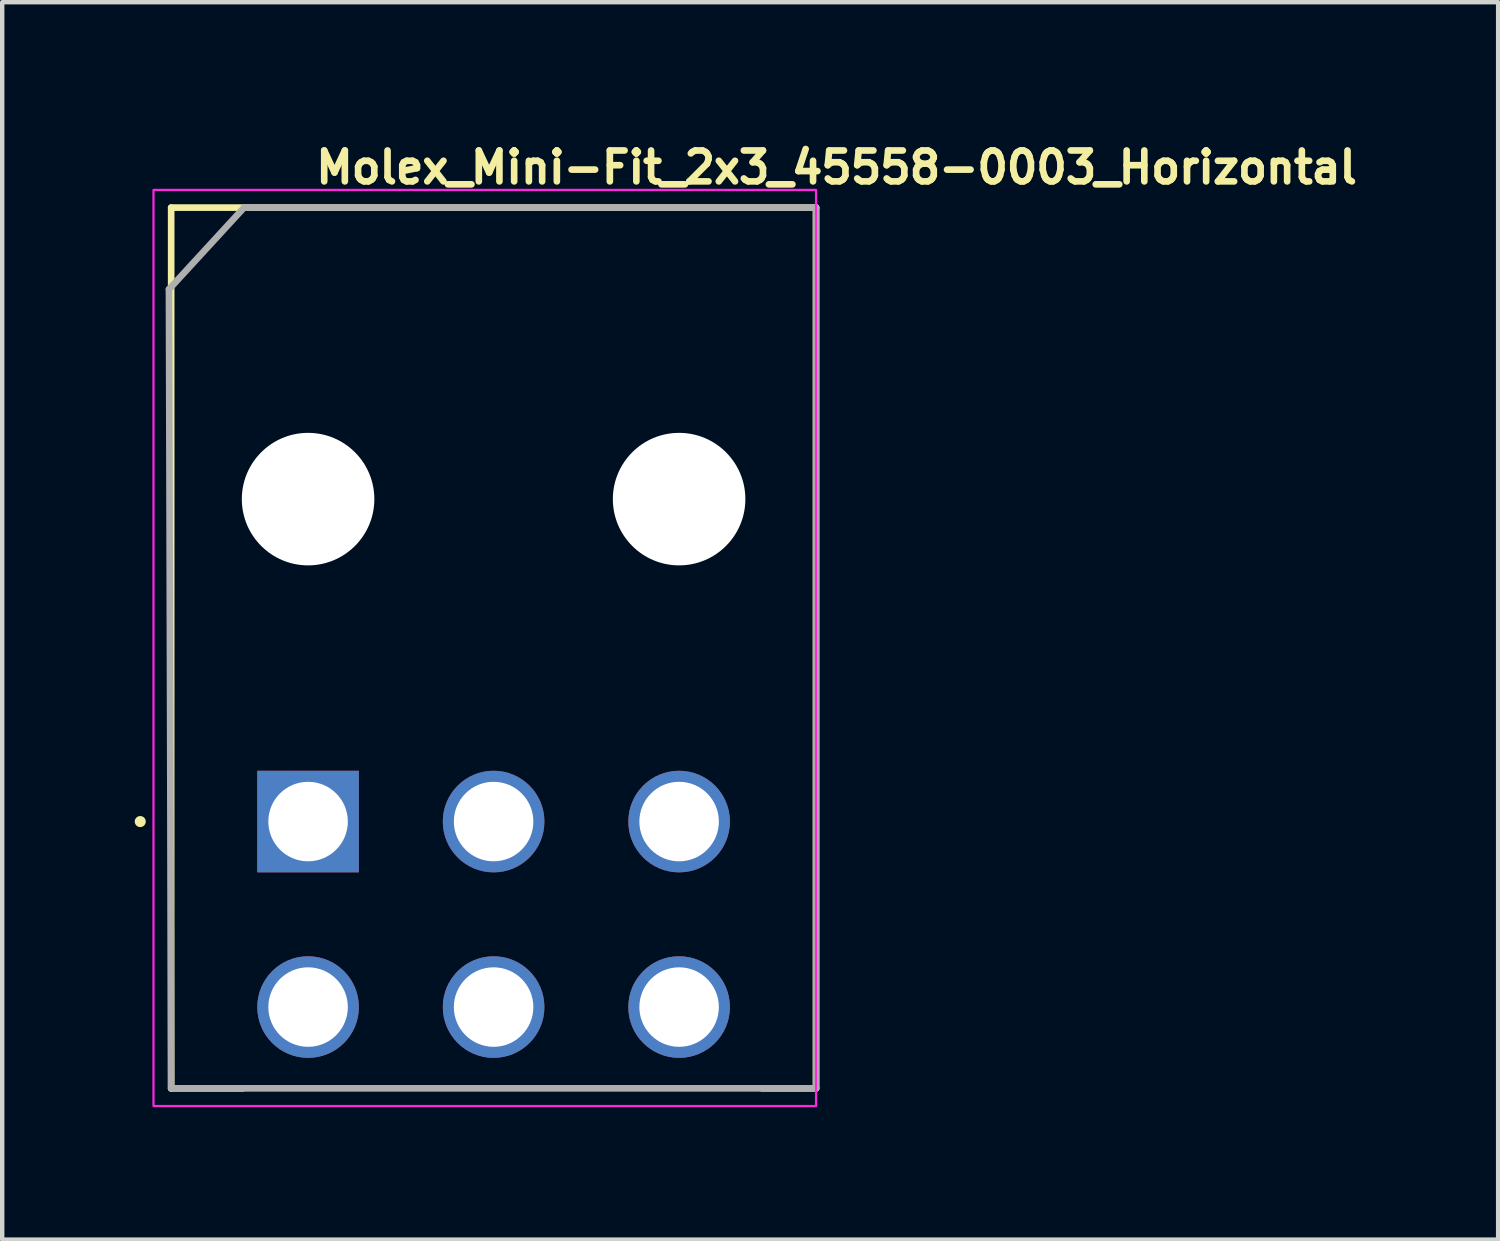
<source format=kicad_pcb>
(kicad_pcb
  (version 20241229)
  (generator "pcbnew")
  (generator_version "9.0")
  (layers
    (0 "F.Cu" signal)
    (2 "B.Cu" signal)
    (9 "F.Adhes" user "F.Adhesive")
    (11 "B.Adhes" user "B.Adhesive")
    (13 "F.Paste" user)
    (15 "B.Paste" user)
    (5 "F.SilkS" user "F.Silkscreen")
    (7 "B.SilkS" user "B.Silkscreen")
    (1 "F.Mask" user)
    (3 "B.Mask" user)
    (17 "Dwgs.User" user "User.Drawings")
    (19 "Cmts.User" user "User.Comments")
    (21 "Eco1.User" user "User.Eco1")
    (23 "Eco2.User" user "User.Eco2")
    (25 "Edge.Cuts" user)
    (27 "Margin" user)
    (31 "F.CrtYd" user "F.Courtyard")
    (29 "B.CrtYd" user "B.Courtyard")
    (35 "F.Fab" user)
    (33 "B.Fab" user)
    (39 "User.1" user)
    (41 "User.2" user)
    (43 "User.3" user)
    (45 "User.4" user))
  (footprint "Molex_Mini-Fit_2x3_45558-0003_Horizontal"
    (layer "F.Cu")
    (at 3.925 15.55)
    (property "Reference" "Molex_Mini-Fit_2x3_45558-0003_Horizontal" (at 0.1 -14.4 0) (layer "F.SilkS") (effects (font (size 0.7 0.7) (thickness 0.15)) (justify left bottom)))
    (attr through_hole)
    (fp_circle (center 0 -7.299) (end -0.788 -7.299) (stroke (width 1.576) (type solid)) (fill no) (layer "F.Mask"))
    (fp_circle (center 8.4 -7.299) (end 7.612 -7.299) (stroke (width 1.576) (type solid)) (fill no) (layer "F.Mask"))
    (fp_circle (center 0 -7.299) (end -0.788 -7.299) (stroke (width 1.576) (type solid)) (fill no) (layer "B.Mask"))
    (fp_circle (center 8.4 -7.299) (end 7.612 -7.299) (stroke (width 1.576) (type solid)) (fill no) (layer "B.Mask"))
    (fp_line (start -3.1 -13.9) (end 11.5 -13.9) (stroke (width 0.15) (type solid)) (layer "F.SilkS"))
    (fp_line (start -3.1 6.04) (end -3.1 -13.9) (stroke (width 0.15) (type solid)) (layer "F.SilkS"))
    (fp_line (start -3.1 6.04) (end -1.475 6.04) (stroke (width 0.15) (type solid)) (layer "F.SilkS"))
    (fp_line (start 11.5 -13.9) (end 11.5 6.04) (stroke (width 0.15) (type solid)) (layer "F.SilkS"))
    (fp_line (start 11.5 6.04) (end 10.276 6.04) (stroke (width 0.15) (type solid)) (layer "F.SilkS"))
    (fp_circle (center -3.8 0) (end -3.75 0) (stroke (width 0.15) (type solid)) (fill yes) (layer "F.SilkS"))
    (fp_rect (start -3.5 -14.3) (end 11.5 6.44) (stroke (width 0.05) (type solid)) (fill no) (layer "F.CrtYd"))
    (fp_line (start -3.15 -12.05) (end -1.45 -13.9) (stroke (width 0.15) (type solid)) (layer "F.Fab"))
    (fp_line (start -3.1 6.04) (end -3.15 -12.05) (stroke (width 0.15) (type solid)) (layer "F.Fab"))
    (fp_line (start -1.45 -13.9) (end 11.5 -13.9) (stroke (width 0.15) (type solid)) (layer "F.Fab"))
    (fp_line (start 11.5 -13.9) (end 11.5 6.04) (stroke (width 0.15) (type solid)) (layer "F.Fab"))
    (fp_line (start 11.5 6.04) (end -3.1 6.04) (stroke (width 0.15) (type solid)) (layer "F.Fab"))
    (fp_rect (start -3.1 -13.9) (end 11.1 6.035) (stroke (width 0.1) (type solid)) (fill no) (layer "User.5"))
    (fp_line (start -3.1 -13.9) (end -3.1 -1.1) (stroke (width 0.02) (type solid)) (layer "User.9"))
    (fp_line (start -2.982 -13.9) (end -3.1 -13.9) (stroke (width 0.02) (type solid)) (layer "User.9"))
    (fp_line (start -2.982 -13.9) (end -2.982 -13.9) (stroke (width 0.02) (type solid)) (layer "User.9"))
    (fp_line (start -2.982 -1.1) (end -3.1 -1.1) (stroke (width 0.02) (type solid)) (layer "User.9"))
    (fp_line (start -2.982 -1.1) (end -2.982 -1.1) (stroke (width 0.02) (type solid)) (layer "User.9"))
    (fp_line (start -2.7 -13.9) (end -2.982 -13.9) (stroke (width 0.02) (type solid)) (layer "User.9"))
    (fp_line (start -2.7 -13.9) (end -2.612 -13.9) (stroke (width 0.02) (type solid)) (layer "User.9"))
    (fp_line (start -2.7 -1.1) (end -2.982 -1.1) (stroke (width 0.02) (type solid)) (layer "User.9"))
    (fp_line (start -2.7 -1.1) (end -2.7 -13.9) (stroke (width 0.02) (type solid)) (layer "User.9"))
    (fp_line (start -2.612 -13.9) (end -2.612 -13.9) (stroke (width 0.02) (type solid)) (layer "User.9"))
    (fp_line (start -2.612 -13.9) (end -2.4 -13.9) (stroke (width 0.02) (type solid)) (layer "User.9"))
    (fp_line (start -2.612 -1.1) (end -2.7 -1.1) (stroke (width 0.02) (type solid)) (layer "User.9"))
    (fp_line (start -2.612 -1.1) (end -2.612 -1.1) (stroke (width 0.02) (type solid)) (layer "User.9"))
    (fp_line (start -2.4 -1.1) (end -2.612 -1.1) (stroke (width 0.02) (type solid)) (layer "User.9"))
    (fp_line (start -0.535 -1.1) (end -0.535 4.465) (stroke (width 0.02) (type solid)) (layer "User.9"))
    (fp_line (start -0.535 4.465) (end -0.535 4.983) (stroke (width 0.02) (type solid)) (layer "User.9"))
    (fp_line (start -0.535 4.983) (end -0.535 4.983) (stroke (width 0.02) (type solid)) (layer "User.9"))
    (fp_line (start -0.535 4.983) (end -0.535 5.146) (stroke (width 0.02) (type solid)) (layer "User.9"))
    (fp_line (start -0.535 5.146) (end -0.535 5.146) (stroke (width 0.02) (type solid)) (layer "User.9"))
    (fp_line (start -0.535 5.146) (end -0.535 5.3) (stroke (width 0.02) (type solid)) (layer "User.9"))
    (fp_line (start -0.535 5.3) (end -0.535 5.3) (stroke (width 0.02) (type solid)) (layer "User.9"))
    (fp_line (start -0.535 5.3) (end -0.535 5.443) (stroke (width 0.02) (type solid)) (layer "User.9"))
    (fp_line (start -0.535 5.443) (end -0.535 5.443) (stroke (width 0.02) (type solid)) (layer "User.9"))
    (fp_line (start -0.535 5.443) (end -0.535 5.575) (stroke (width 0.02) (type solid)) (layer "User.9"))
    (fp_line (start -0.535 5.575) (end -0.535 5.575) (stroke (width 0.02) (type solid)) (layer "User.9"))
    (fp_line (start -0.535 5.575) (end -0.535 5.692) (stroke (width 0.02) (type solid)) (layer "User.9"))
    (fp_line (start -0.535 5.692) (end -0.535 5.692) (stroke (width 0.02) (type solid)) (layer "User.9"))
    (fp_line (start -0.535 5.692) (end -0.535 5.794) (stroke (width 0.02) (type solid)) (layer "User.9"))
    (fp_line (start -0.535 5.794) (end -0.535 5.794) (stroke (width 0.02) (type solid)) (layer "User.9"))
    (fp_line (start -0.535 5.794) (end -0.535 5.879) (stroke (width 0.02) (type solid)) (layer "User.9"))
    (fp_line (start -0.535 5.879) (end -0.535 5.879) (stroke (width 0.02) (type solid)) (layer "User.9"))
    (fp_line (start -0.535 5.879) (end -0.535 5.946) (stroke (width 0.02) (type solid)) (layer "User.9"))
    (fp_line (start -0.535 5.946) (end -0.535 5.946) (stroke (width 0.02) (type solid)) (layer "User.9"))
    (fp_line (start -0.535 5.946) (end -0.535 5.995) (stroke (width 0.02) (type solid)) (layer "User.9"))
    (fp_line (start -0.535 5.995) (end -0.535 5.995) (stroke (width 0.02) (type solid)) (layer "User.9"))
    (fp_line (start -0.535 5.995) (end -0.535 6.025) (stroke (width 0.02) (type solid)) (layer "User.9"))
    (fp_line (start -0.535 6.025) (end -0.535 6.025) (stroke (width 0.02) (type solid)) (layer "User.9"))
    (fp_line (start -0.535 6.025) (end -0.535 6.035) (stroke (width 0.02) (type solid)) (layer "User.9"))
    (fp_line (start -0.535 6.035) (end 0.535 6.035) (stroke (width 0.02) (type solid)) (layer "User.9"))
    (fp_line (start 0.535 -1.1) (end 0.535 4.465) (stroke (width 0.02) (type solid)) (layer "User.9"))
    (fp_line (start 0.535 4.465) (end 0.535 4.983) (stroke (width 0.02) (type solid)) (layer "User.9"))
    (fp_line (start 0.535 4.983) (end 0.535 4.983) (stroke (width 0.02) (type solid)) (layer "User.9"))
    (fp_line (start 0.535 4.983) (end 0.535 5.146) (stroke (width 0.02) (type solid)) (layer "User.9"))
    (fp_line (start 0.535 5.146) (end 0.535 5.146) (stroke (width 0.02) (type solid)) (layer "User.9"))
    (fp_line (start 0.535 5.146) (end 0.535 5.3) (stroke (width 0.02) (type solid)) (layer "User.9"))
    (fp_line (start 0.535 5.3) (end 0.535 5.3) (stroke (width 0.02) (type solid)) (layer "User.9"))
    (fp_line (start 0.535 5.3) (end 0.535 5.443) (stroke (width 0.02) (type solid)) (layer "User.9"))
    (fp_line (start 0.535 5.443) (end 0.535 5.443) (stroke (width 0.02) (type solid)) (layer "User.9"))
    (fp_line (start 0.535 5.443) (end 0.535 5.575) (stroke (width 0.02) (type solid)) (layer "User.9"))
    (fp_line (start 0.535 5.575) (end 0.535 5.575) (stroke (width 0.02) (type solid)) (layer "User.9"))
    (fp_line (start 0.535 5.575) (end 0.535 5.692) (stroke (width 0.02) (type solid)) (layer "User.9"))
    (fp_line (start 0.535 5.692) (end 0.535 5.692) (stroke (width 0.02) (type solid)) (layer "User.9"))
    (fp_line (start 0.535 5.692) (end 0.535 5.794) (stroke (width 0.02) (type solid)) (layer "User.9"))
    (fp_line (start 0.535 5.794) (end 0.535 5.794) (stroke (width 0.02) (type solid)) (layer "User.9"))
    (fp_line (start 0.535 5.794) (end 0.535 5.879) (stroke (width 0.02) (type solid)) (layer "User.9"))
    (fp_line (start 0.535 5.879) (end 0.535 5.879) (stroke (width 0.02) (type solid)) (layer "User.9"))
    (fp_line (start 0.535 5.879) (end 0.535 5.946) (stroke (width 0.02) (type solid)) (layer "User.9"))
    (fp_line (start 0.535 5.946) (end 0.535 5.946) (stroke (width 0.02) (type solid)) (layer "User.9"))
    (fp_line (start 0.535 5.946) (end 0.535 5.995) (stroke (width 0.02) (type solid)) (layer "User.9"))
    (fp_line (start 0.535 5.995) (end 0.535 5.995) (stroke (width 0.02) (type solid)) (layer "User.9"))
    (fp_line (start 0.535 5.995) (end 0.535 6.025) (stroke (width 0.02) (type solid)) (layer "User.9"))
    (fp_line (start 0.535 6.025) (end 0.535 6.025) (stroke (width 0.02) (type solid)) (layer "User.9"))
    (fp_line (start 0.535 6.025) (end 0.535 6.035) (stroke (width 0.02) (type solid)) (layer "User.9"))
    (fp_line (start 2.5 -13.9) (end -2.4 -13.9) (stroke (width 0.02) (type solid)) (layer "User.9"))
    (fp_line (start 2.5 -11.55) (end 2.5 -13.9) (stroke (width 0.02) (type solid)) (layer "User.9"))
    (fp_line (start 2.5 -10.727) (end 2.5 -11.55) (stroke (width 0.02) (type solid)) (layer "User.9"))
    (fp_line (start 3.665 -1.1) (end 3.665 4.465) (stroke (width 0.02) (type solid)) (layer "User.9"))
    (fp_line (start 3.665 4.465) (end 3.665 4.983) (stroke (width 0.02) (type solid)) (layer "User.9"))
    (fp_line (start 3.665 4.983) (end 3.665 4.983) (stroke (width 0.02) (type solid)) (layer "User.9"))
    (fp_line (start 3.665 4.983) (end 3.665 5.146) (stroke (width 0.02) (type solid)) (layer "User.9"))
    (fp_line (start 3.665 5.146) (end 3.665 5.146) (stroke (width 0.02) (type solid)) (layer "User.9"))
    (fp_line (start 3.665 5.146) (end 3.665 5.3) (stroke (width 0.02) (type solid)) (layer "User.9"))
    (fp_line (start 3.665 5.3) (end 3.665 5.3) (stroke (width 0.02) (type solid)) (layer "User.9"))
    (fp_line (start 3.665 5.3) (end 3.665 5.443) (stroke (width 0.02) (type solid)) (layer "User.9"))
    (fp_line (start 3.665 5.443) (end 3.665 5.443) (stroke (width 0.02) (type solid)) (layer "User.9"))
    (fp_line (start 3.665 5.443) (end 3.665 5.575) (stroke (width 0.02) (type solid)) (layer "User.9"))
    (fp_line (start 3.665 5.575) (end 3.665 5.575) (stroke (width 0.02) (type solid)) (layer "User.9"))
    (fp_line (start 3.665 5.575) (end 3.665 5.692) (stroke (width 0.02) (type solid)) (layer "User.9"))
    (fp_line (start 3.665 5.692) (end 3.665 5.692) (stroke (width 0.02) (type solid)) (layer "User.9"))
    (fp_line (start 3.665 5.692) (end 3.665 5.794) (stroke (width 0.02) (type solid)) (layer "User.9"))
    (fp_line (start 3.665 5.794) (end 3.665 5.794) (stroke (width 0.02) (type solid)) (layer "User.9"))
    (fp_line (start 3.665 5.794) (end 3.665 5.879) (stroke (width 0.02) (type solid)) (layer "User.9"))
    (fp_line (start 3.665 5.879) (end 3.665 5.879) (stroke (width 0.02) (type solid)) (layer "User.9"))
    (fp_line (start 3.665 5.879) (end 3.665 5.946) (stroke (width 0.02) (type solid)) (layer "User.9"))
    (fp_line (start 3.665 5.946) (end 3.665 5.946) (stroke (width 0.02) (type solid)) (layer "User.9"))
    (fp_line (start 3.665 5.946) (end 3.665 5.995) (stroke (width 0.02) (type solid)) (layer "User.9"))
    (fp_line (start 3.665 5.995) (end 3.665 5.995) (stroke (width 0.02) (type solid)) (layer "User.9"))
    (fp_line (start 3.665 5.995) (end 3.665 6.025) (stroke (width 0.02) (type solid)) (layer "User.9"))
    (fp_line (start 3.665 6.025) (end 3.665 6.025) (stroke (width 0.02) (type solid)) (layer "User.9"))
    (fp_line (start 3.665 6.025) (end 3.665 6.035) (stroke (width 0.02) (type solid)) (layer "User.9"))
    (fp_line (start 3.665 6.035) (end 4.735 6.035) (stroke (width 0.02) (type solid)) (layer "User.9"))
    (fp_line (start 4.735 -1.1) (end 4.735 4.465) (stroke (width 0.02) (type solid)) (layer "User.9"))
    (fp_line (start 4.735 4.465) (end 4.735 4.983) (stroke (width 0.02) (type solid)) (layer "User.9"))
    (fp_line (start 4.735 4.983) (end 4.735 4.983) (stroke (width 0.02) (type solid)) (layer "User.9"))
    (fp_line (start 4.735 4.983) (end 4.735 5.146) (stroke (width 0.02) (type solid)) (layer "User.9"))
    (fp_line (start 4.735 5.146) (end 4.735 5.146) (stroke (width 0.02) (type solid)) (layer "User.9"))
    (fp_line (start 4.735 5.146) (end 4.735 5.3) (stroke (width 0.02) (type solid)) (layer "User.9"))
    (fp_line (start 4.735 5.3) (end 4.735 5.3) (stroke (width 0.02) (type solid)) (layer "User.9"))
    (fp_line (start 4.735 5.3) (end 4.735 5.443) (stroke (width 0.02) (type solid)) (layer "User.9"))
    (fp_line (start 4.735 5.443) (end 4.735 5.443) (stroke (width 0.02) (type solid)) (layer "User.9"))
    (fp_line (start 4.735 5.443) (end 4.735 5.575) (stroke (width 0.02) (type solid)) (layer "User.9"))
    (fp_line (start 4.735 5.575) (end 4.735 5.575) (stroke (width 0.02) (type solid)) (layer "User.9"))
    (fp_line (start 4.735 5.575) (end 4.735 5.692) (stroke (width 0.02) (type solid)) (layer "User.9"))
    (fp_line (start 4.735 5.692) (end 4.735 5.692) (stroke (width 0.02) (type solid)) (layer "User.9"))
    (fp_line (start 4.735 5.692) (end 4.735 5.794) (stroke (width 0.02) (type solid)) (layer "User.9"))
    (fp_line (start 4.735 5.794) (end 4.735 5.794) (stroke (width 0.02) (type solid)) (layer "User.9"))
    (fp_line (start 4.735 5.794) (end 4.735 5.879) (stroke (width 0.02) (type solid)) (layer "User.9"))
    (fp_line (start 4.735 5.879) (end 4.735 5.879) (stroke (width 0.02) (type solid)) (layer "User.9"))
    (fp_line (start 4.735 5.879) (end 4.735 5.946) (stroke (width 0.02) (type solid)) (layer "User.9"))
    (fp_line (start 4.735 5.946) (end 4.735 5.946) (stroke (width 0.02) (type solid)) (layer "User.9"))
    (fp_line (start 4.735 5.946) (end 4.735 5.995) (stroke (width 0.02) (type solid)) (layer "User.9"))
    (fp_line (start 4.735 5.995) (end 4.735 5.995) (stroke (width 0.02) (type solid)) (layer "User.9"))
    (fp_line (start 4.735 5.995) (end 4.735 6.025) (stroke (width 0.02) (type solid)) (layer "User.9"))
    (fp_line (start 4.735 6.025) (end 4.735 6.025) (stroke (width 0.02) (type solid)) (layer "User.9"))
    (fp_line (start 4.735 6.025) (end 4.735 6.035) (stroke (width 0.02) (type solid)) (layer "User.9"))
    (fp_line (start 5.9 -13.9) (end 2.5 -13.9) (stroke (width 0.02) (type solid)) (layer "User.9"))
    (fp_line (start 5.9 -11.55) (end 2.5 -11.55) (stroke (width 0.02) (type solid)) (layer "User.9"))
    (fp_line (start 5.9 -11.55) (end 5.9 -13.9) (stroke (width 0.02) (type solid)) (layer "User.9"))
    (fp_line (start 5.9 -10.727) (end 2.5 -10.727) (stroke (width 0.02) (type solid)) (layer "User.9"))
    (fp_line (start 5.9 -10.727) (end 5.9 -11.55) (stroke (width 0.02) (type solid)) (layer "User.9"))
    (fp_line (start 7.865 -1.1) (end 7.865 4.465) (stroke (width 0.02) (type solid)) (layer "User.9"))
    (fp_line (start 7.865 4.465) (end 7.865 4.983) (stroke (width 0.02) (type solid)) (layer "User.9"))
    (fp_line (start 7.865 4.983) (end 7.865 4.983) (stroke (width 0.02) (type solid)) (layer "User.9"))
    (fp_line (start 7.865 4.983) (end 7.865 5.146) (stroke (width 0.02) (type solid)) (layer "User.9"))
    (fp_line (start 7.865 5.146) (end 7.865 5.146) (stroke (width 0.02) (type solid)) (layer "User.9"))
    (fp_line (start 7.865 5.146) (end 7.865 5.3) (stroke (width 0.02) (type solid)) (layer "User.9"))
    (fp_line (start 7.865 5.3) (end 7.865 5.3) (stroke (width 0.02) (type solid)) (layer "User.9"))
    (fp_line (start 7.865 5.3) (end 7.865 5.443) (stroke (width 0.02) (type solid)) (layer "User.9"))
    (fp_line (start 7.865 5.443) (end 7.865 5.443) (stroke (width 0.02) (type solid)) (layer "User.9"))
    (fp_line (start 7.865 5.443) (end 7.865 5.575) (stroke (width 0.02) (type solid)) (layer "User.9"))
    (fp_line (start 7.865 5.575) (end 7.865 5.575) (stroke (width 0.02) (type solid)) (layer "User.9"))
    (fp_line (start 7.865 5.575) (end 7.865 5.692) (stroke (width 0.02) (type solid)) (layer "User.9"))
    (fp_line (start 7.865 5.692) (end 7.865 5.692) (stroke (width 0.02) (type solid)) (layer "User.9"))
    (fp_line (start 7.865 5.692) (end 7.865 5.794) (stroke (width 0.02) (type solid)) (layer "User.9"))
    (fp_line (start 7.865 5.794) (end 7.865 5.794) (stroke (width 0.02) (type solid)) (layer "User.9"))
    (fp_line (start 7.865 5.794) (end 7.865 5.879) (stroke (width 0.02) (type solid)) (layer "User.9"))
    (fp_line (start 7.865 5.879) (end 7.865 5.879) (stroke (width 0.02) (type solid)) (layer "User.9"))
    (fp_line (start 7.865 5.879) (end 7.865 5.946) (stroke (width 0.02) (type solid)) (layer "User.9"))
    (fp_line (start 7.865 5.946) (end 7.865 5.946) (stroke (width 0.02) (type solid)) (layer "User.9"))
    (fp_line (start 7.865 5.946) (end 7.865 5.995) (stroke (width 0.02) (type solid)) (layer "User.9"))
    (fp_line (start 7.865 5.995) (end 7.865 5.995) (stroke (width 0.02) (type solid)) (layer "User.9"))
    (fp_line (start 7.865 5.995) (end 7.865 6.025) (stroke (width 0.02) (type solid)) (layer "User.9"))
    (fp_line (start 7.865 6.025) (end 7.865 6.025) (stroke (width 0.02) (type solid)) (layer "User.9"))
    (fp_line (start 7.865 6.025) (end 7.865 6.035) (stroke (width 0.02) (type solid)) (layer "User.9"))
    (fp_line (start 7.865 6.035) (end 8.935 6.035) (stroke (width 0.02) (type solid)) (layer "User.9"))
    (fp_line (start 8.935 -1.1) (end 8.935 4.465) (stroke (width 0.02) (type solid)) (layer "User.9"))
    (fp_line (start 8.935 4.465) (end 8.935 4.983) (stroke (width 0.02) (type solid)) (layer "User.9"))
    (fp_line (start 8.935 4.983) (end 8.935 4.983) (stroke (width 0.02) (type solid)) (layer "User.9"))
    (fp_line (start 8.935 4.983) (end 8.935 5.146) (stroke (width 0.02) (type solid)) (layer "User.9"))
    (fp_line (start 8.935 5.146) (end 8.935 5.146) (stroke (width 0.02) (type solid)) (layer "User.9"))
    (fp_line (start 8.935 5.146) (end 8.935 5.3) (stroke (width 0.02) (type solid)) (layer "User.9"))
    (fp_line (start 8.935 5.3) (end 8.935 5.3) (stroke (width 0.02) (type solid)) (layer "User.9"))
    (fp_line (start 8.935 5.3) (end 8.935 5.443) (stroke (width 0.02) (type solid)) (layer "User.9"))
    (fp_line (start 8.935 5.443) (end 8.935 5.443) (stroke (width 0.02) (type solid)) (layer "User.9"))
    (fp_line (start 8.935 5.443) (end 8.935 5.575) (stroke (width 0.02) (type solid)) (layer "User.9"))
    (fp_line (start 8.935 5.575) (end 8.935 5.575) (stroke (width 0.02) (type solid)) (layer "User.9"))
    (fp_line (start 8.935 5.575) (end 8.935 5.692) (stroke (width 0.02) (type solid)) (layer "User.9"))
    (fp_line (start 8.935 5.692) (end 8.935 5.692) (stroke (width 0.02) (type solid)) (layer "User.9"))
    (fp_line (start 8.935 5.692) (end 8.935 5.794) (stroke (width 0.02) (type solid)) (layer "User.9"))
    (fp_line (start 8.935 5.794) (end 8.935 5.794) (stroke (width 0.02) (type solid)) (layer "User.9"))
    (fp_line (start 8.935 5.794) (end 8.935 5.879) (stroke (width 0.02) (type solid)) (layer "User.9"))
    (fp_line (start 8.935 5.879) (end 8.935 5.879) (stroke (width 0.02) (type solid)) (layer "User.9"))
    (fp_line (start 8.935 5.879) (end 8.935 5.946) (stroke (width 0.02) (type solid)) (layer "User.9"))
    (fp_line (start 8.935 5.946) (end 8.935 5.946) (stroke (width 0.02) (type solid)) (layer "User.9"))
    (fp_line (start 8.935 5.946) (end 8.935 5.995) (stroke (width 0.02) (type solid)) (layer "User.9"))
    (fp_line (start 8.935 5.995) (end 8.935 5.995) (stroke (width 0.02) (type solid)) (layer "User.9"))
    (fp_line (start 8.935 5.995) (end 8.935 6.025) (stroke (width 0.02) (type solid)) (layer "User.9"))
    (fp_line (start 8.935 6.025) (end 8.935 6.025) (stroke (width 0.02) (type solid)) (layer "User.9"))
    (fp_line (start 8.935 6.025) (end 8.935 6.035) (stroke (width 0.02) (type solid)) (layer "User.9"))
    (fp_line (start 10.8 -13.9) (end 5.9 -13.9) (stroke (width 0.02) (type solid)) (layer "User.9"))
    (fp_line (start 10.8 -13.9) (end 11.012 -13.9) (stroke (width 0.02) (type solid)) (layer "User.9"))
    (fp_line (start 10.8 -1.1) (end -2.4 -1.1) (stroke (width 0.02) (type solid)) (layer "User.9"))
    (fp_line (start 11.012 -13.9) (end 11.012 -13.9) (stroke (width 0.02) (type solid)) (layer "User.9"))
    (fp_line (start 11.012 -13.9) (end 11.1 -13.9) (stroke (width 0.02) (type solid)) (layer "User.9"))
    (fp_line (start 11.012 -1.1) (end 10.8 -1.1) (stroke (width 0.02) (type solid)) (layer "User.9"))
    (fp_line (start 11.012 -1.1) (end 11.012 -1.1) (stroke (width 0.02) (type solid)) (layer "User.9"))
    (fp_line (start 11.1 -1.1) (end 11.012 -1.1) (stroke (width 0.02) (type solid)) (layer "User.9"))
    (fp_line (start 11.1 -1.1) (end 11.1 -13.9) (stroke (width 0.02) (type solid)) (layer "User.9"))
    (pad "" np_thru_hole circle (at 0 -7.3 180) (size 3 3) (drill 3) (layers "*.Cu" "*.Mask"))
    (pad "" np_thru_hole circle (at 8.4 -7.3 180) (size 3 3) (drill 3) (layers "*.Cu" "*.Mask"))
    (pad "1" thru_hole rect (at 0 0 180) (size 2.3 2.3) (drill 1.8) (layers "*.Cu" "*.Mask"))
    (pad "2" thru_hole circle (at 4.2 0 180) (size 2.3 2.3) (drill 1.8) (layers "*.Cu" "*.Mask"))
    (pad "3" thru_hole circle (at 8.4 0 180) (size 2.3 2.3) (drill 1.8) (layers "*.Cu" "*.Mask"))
    (pad "4" thru_hole circle (at 8.4 4.2 180) (size 2.3 2.3) (drill 1.8) (layers "*.Cu" "*.Mask"))
    (pad "5" thru_hole circle (at 4.2 4.2 180) (size 2.3 2.3) (drill 1.8) (layers "*.Cu" "*.Mask"))
    (pad "6" thru_hole circle (at 0 4.2 180) (size 2.3 2.3) (drill 1.8) (layers "*.Cu" "*.Mask")))
  (gr_rect
    (start -3 -3)
    (end 30.868 25.015)
    (stroke (width 0.1) (type default))
    (fill no)
    (layer "Edge.Cuts")))
</source>
